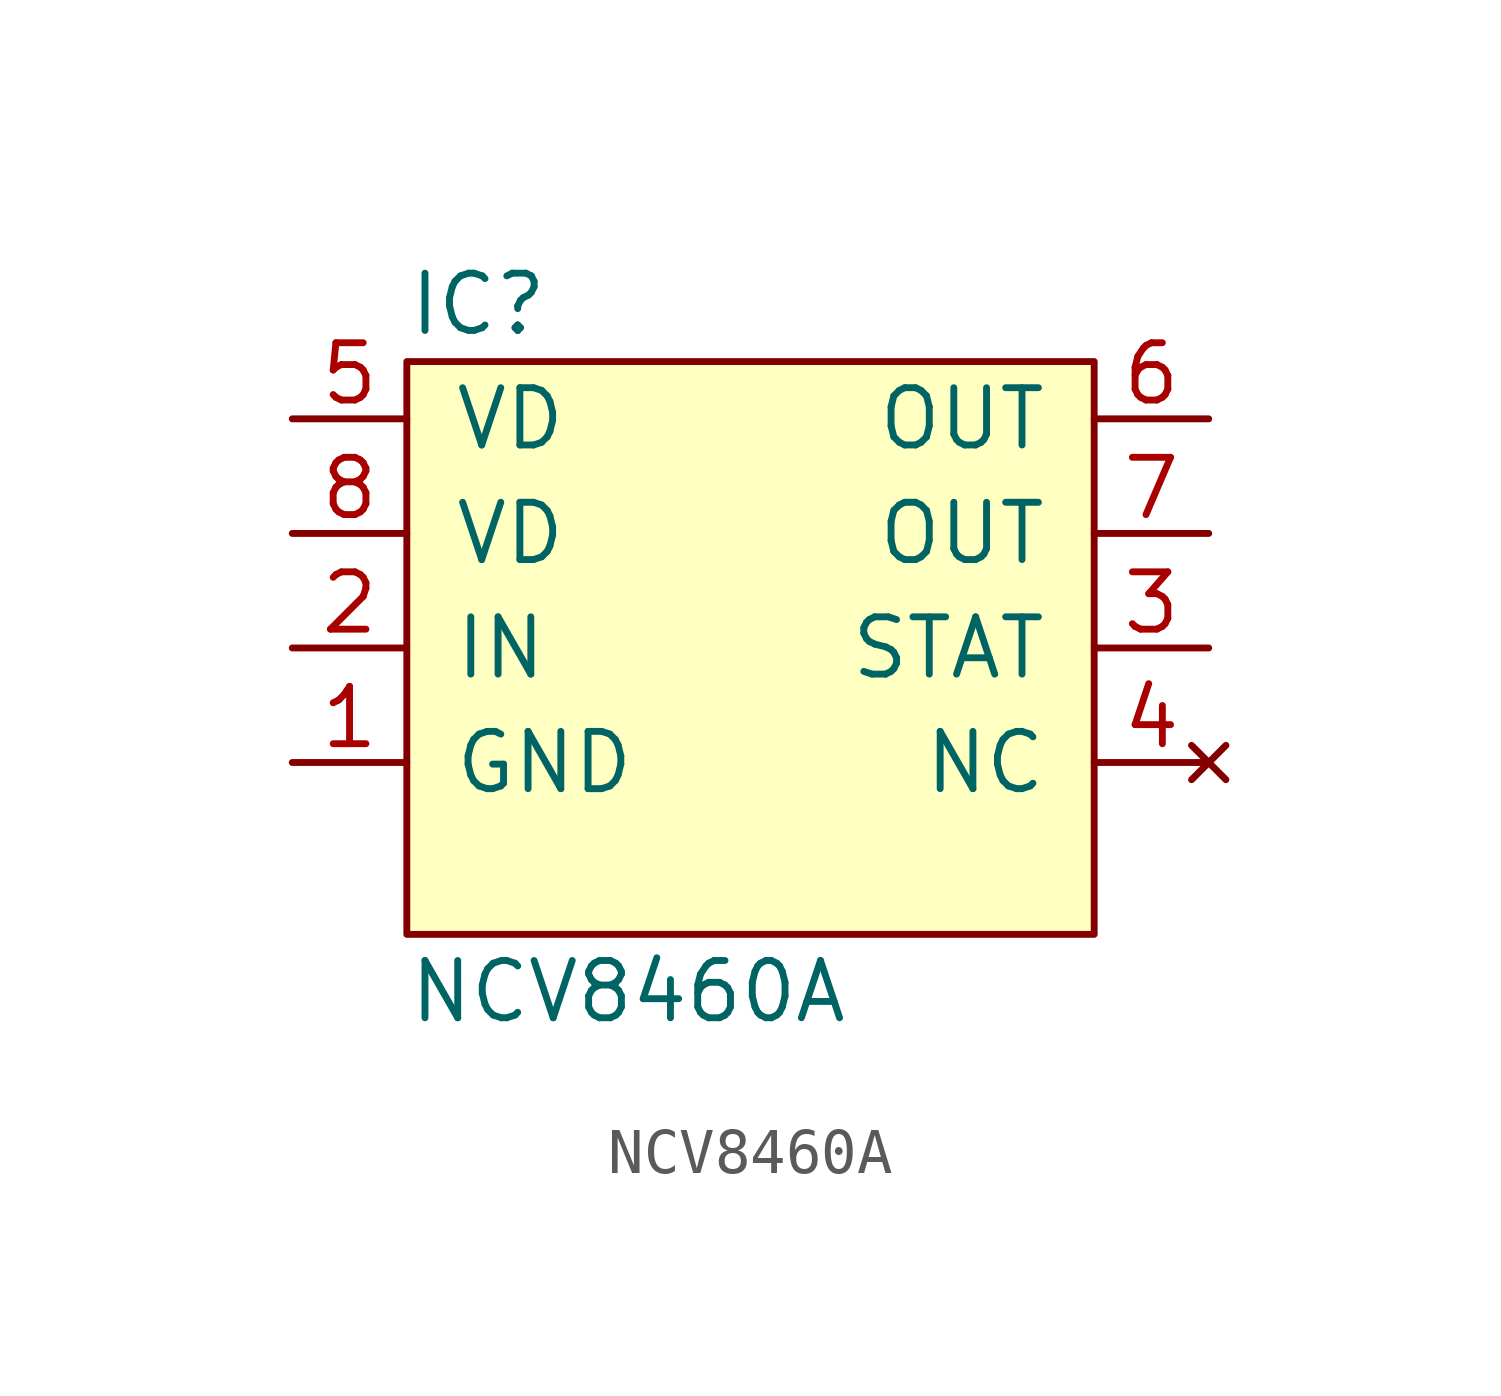
<source format=kicad_sym>
(kicad_symbol_lib
  (version 20211014)
  (generator agg_kicad.build_lib_ic)
  (symbol "NCV8460A"
    (pin_names
      (offset 1.016))
    (property Reference IC
      (at -7.62 7.62 0)
      (effects (font (size 1.27 1.27)) (justify left)))
    (property Value "NCV8460A"
      (at -7.62 -7.62 0)
      (effects (font (size 1.27 1.27)) (justify left)))
    (symbol "NCV8460A_0_0"
      (rectangle (start -7.62 6.35) (end 7.62 -6.35) (stroke (width 0) (type default) (color 0 0 0 0)) (fill (type background)))
      (pin power_in line (at -10.16 5.08 0) (length 2.54) (name VD (effects (font (size 1.27 1.27)))) (number "5" (effects (font (size 1.27 1.27)))))
      (pin power_in line (at -10.16 2.54 0) (length 2.54) (name VD (effects (font (size 1.27 1.27)))) (number "8" (effects (font (size 1.27 1.27)))))
      (pin input line (at -10.16 0 0) (length 2.54) (name IN (effects (font (size 1.27 1.27)))) (number "2" (effects (font (size 1.27 1.27)))))
      (pin power_in line (at -10.16 -2.54 0) (length 2.54) (name GND (effects (font (size 1.27 1.27)))) (number "1" (effects (font (size 1.27 1.27)))))
      (pin power_out line (at 10.16 5.08 180) (length 2.54) (name OUT (effects (font (size 1.27 1.27)))) (number "6" (effects (font (size 1.27 1.27)))))
      (pin passive line (at 10.16 2.54 180) (length 2.54) (name OUT (effects (font (size 1.27 1.27)))) (number "7" (effects (font (size 1.27 1.27)))))
      (pin output line (at 10.16 0 180) (length 2.54) (name STAT (effects (font (size 1.27 1.27)))) (number "3" (effects (font (size 1.27 1.27)))))
      (pin no_connect line (at 10.16 -2.54 180) (length 2.54) (name NC (effects (font (size 1.27 1.27)))) (number "4" (effects (font (size 1.27 1.27))))))))
</source>
